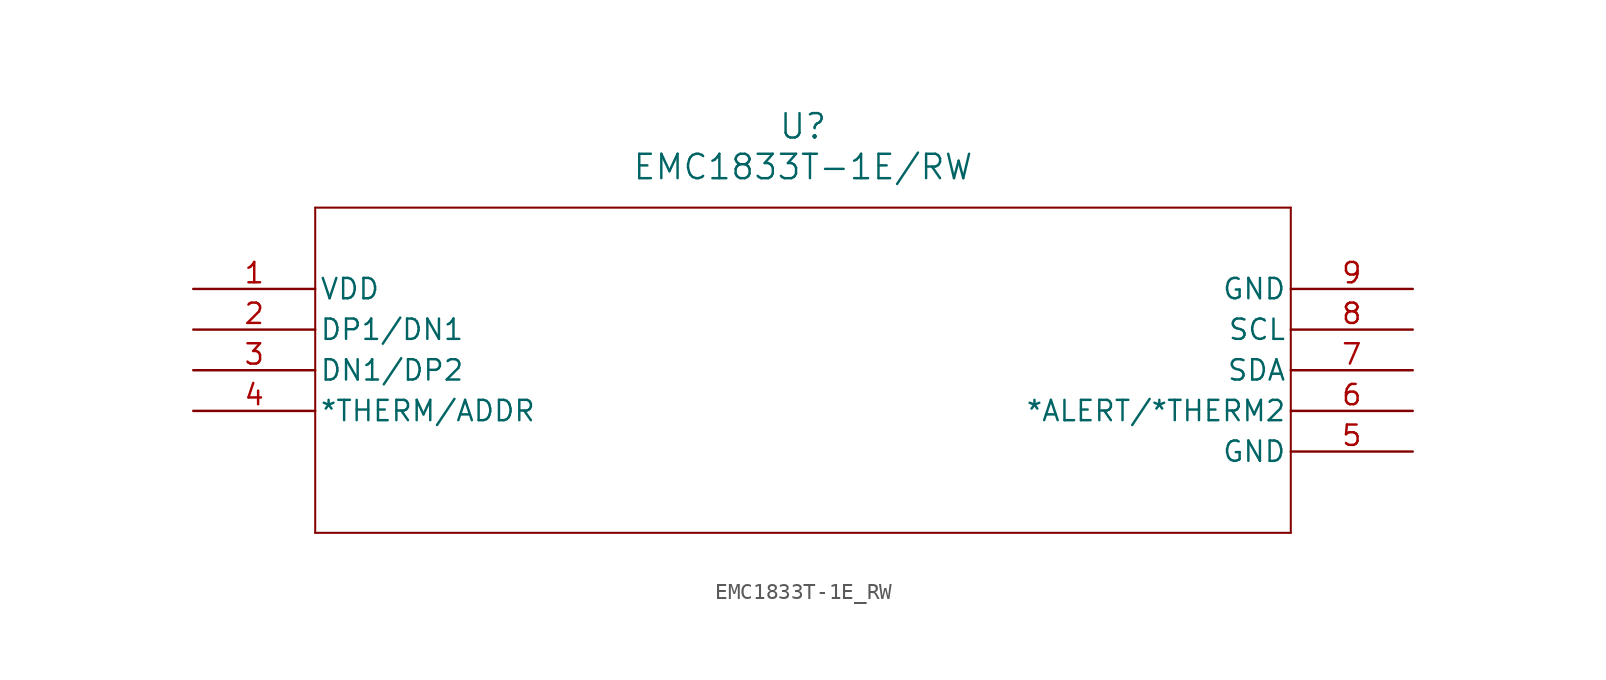
<source format=kicad_sym>
(kicad_symbol_lib
  (version 20211014)
  (generator kicad_symbol_editor)
  (symbol "EMC1833T-1E_RW"
    (pin_names
      (offset 0.254))
    (property "Reference" "U"
      (at 38.1 10.16 0)
      (effects (font (size 1.524 1.524))))
    (property "Value" "EMC1833T-1E/RW"
      (at 38.1 7.62 0)
      (effects (font (size 1.524 1.524))))
    (symbol "EMC1833T-1E_RW_0_1"
      (polyline (pts (xy 7.62 5.08) (xy 7.62 -15.24)) (stroke (width 0.127) (type default) (color 0 0 0 0)) (fill (type none)))
      (polyline (pts (xy 7.62 -15.24) (xy 68.58 -15.24)) (stroke (width 0.127) (type default) (color 0 0 0 0)) (fill (type none)))
      (polyline (pts (xy 68.58 -15.24) (xy 68.58 5.08)) (stroke (width 0.127) (type default) (color 0 0 0 0)) (fill (type none)))
      (polyline (pts (xy 68.58 5.08) (xy 7.62 5.08)) (stroke (width 0.127) (type default) (color 0 0 0 0)) (fill (type none)))
      (pin power_in line (at 0 0 0) (length 7.62) (name "VDD" (effects (font (size 1.27 1.27)))) (number "1" (effects (font (size 1.27 1.27)))))
      (pin unspecified line (at 0 -2.54 0) (length 7.62) (name "DP1/DN1" (effects (font (size 1.27 1.27)))) (number "2" (effects (font (size 1.27 1.27)))))
      (pin unspecified line (at 0 -5.08 0) (length 7.62) (name "DN1/DP2" (effects (font (size 1.27 1.27)))) (number "3" (effects (font (size 1.27 1.27)))))
      (pin output line (at 0 -7.62 0) (length 7.62) (name "*THERM/ADDR" (effects (font (size 1.27 1.27)))) (number "4" (effects (font (size 1.27 1.27)))))
      (pin power_out line (at 76.2 -10.16 180) (length 7.62) (name "GND" (effects (font (size 1.27 1.27)))) (number "5" (effects (font (size 1.27 1.27)))))
      (pin output line (at 76.2 -7.62 180) (length 7.62) (name "*ALERT/*THERM2" (effects (font (size 1.27 1.27)))) (number "6" (effects (font (size 1.27 1.27)))))
      (pin output line (at 76.2 -5.08 180) (length 7.62) (name "SDA" (effects (font (size 1.27 1.27)))) (number "7" (effects (font (size 1.27 1.27)))))
      (pin output line (at 76.2 -2.54 180) (length 7.62) (name "SCL" (effects (font (size 1.27 1.27)))) (number "8" (effects (font (size 1.27 1.27)))))
      (pin power_out line (at 76.2 0 180) (length 7.62) (name "GND" (effects (font (size 1.27 1.27)))) (number "9" (effects (font (size 1.27 1.27))))))))
</source>
